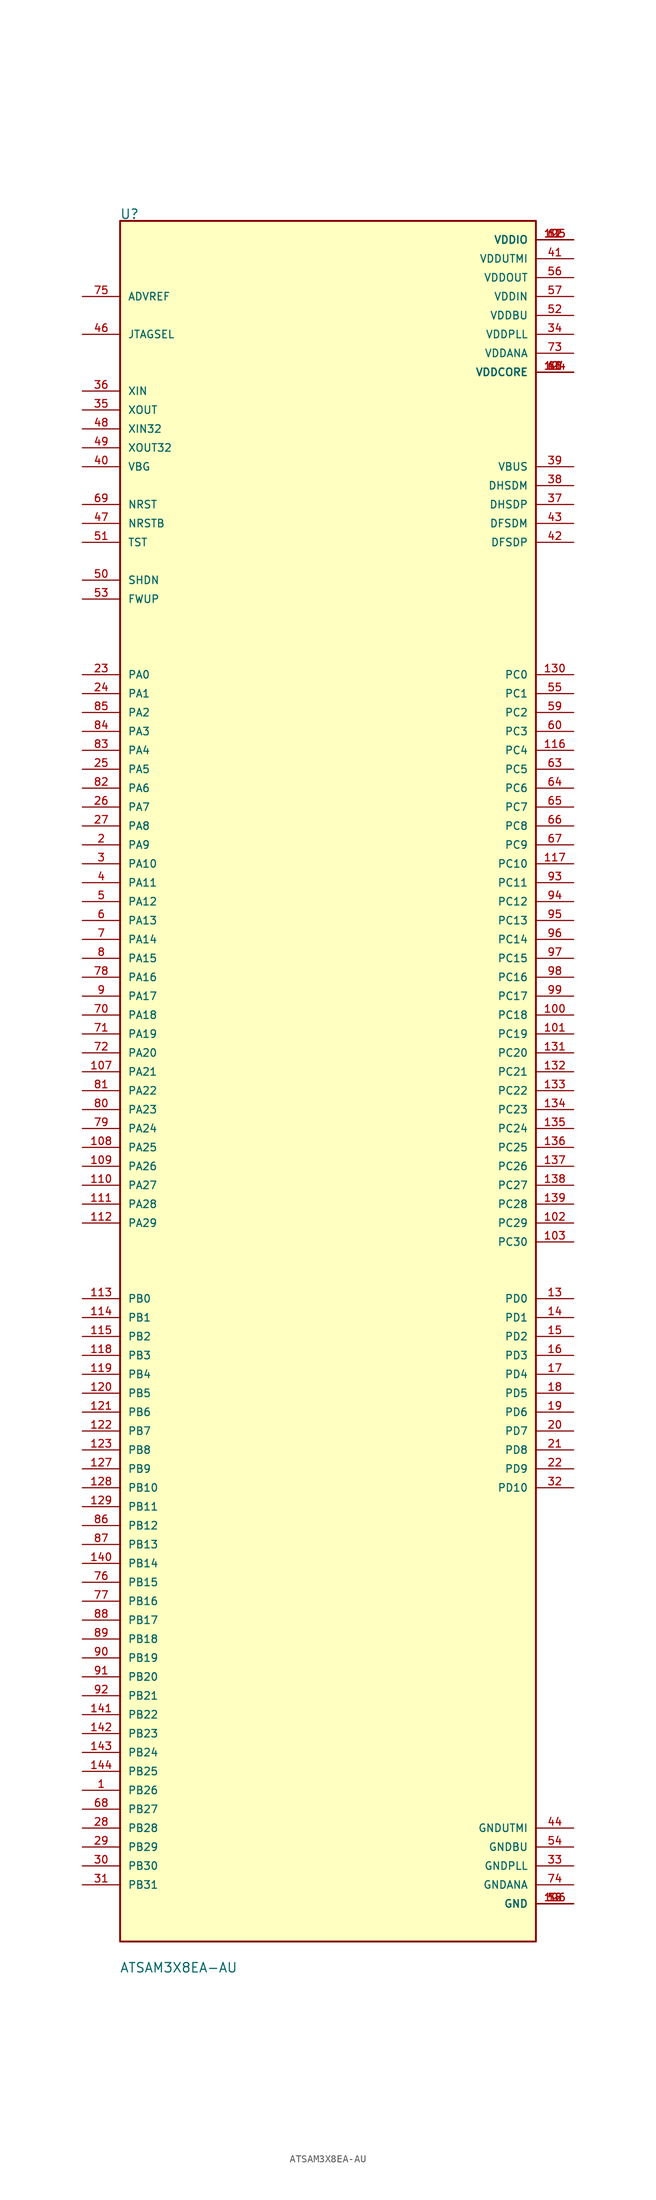
<source format=kicad_sym>
(kicad_symbol_lib
  (version 20211014)
  (generator kicad_symbol_editor)
  (symbol "ATSAM3X8EA-AU"
    (pin_names
      (offset 1.016))
    (property "Reference" "U"
      (at -27.98 114.465 0)
      (effects (font (size 1.27 1.27)) (justify bottom left)))
    (property "Value" "ATSAM3X8EA-AU"
      (at -27.994 -119.608 0.0)
      (effects (font (size 1.27 1.27)) (justify top left)))
    (symbol "ATSAM3X8EA-AU_0_0"
      (rectangle (start -27.94 -116.84) (end 27.94 114.3) (stroke (width 0.254)) (fill (type background)))
      (pin bidirectional line (at -33.02 53.34 0) (length 5.08) (name "PA0" (effects (font (size 1.016 1.016)))) (number "23" (effects (font (size 1.016 1.016)))))
      (pin bidirectional line (at -33.02 50.8 0) (length 5.08) (name "PA1" (effects (font (size 1.016 1.016)))) (number "24" (effects (font (size 1.016 1.016)))))
      (pin bidirectional line (at -33.02 48.26 0) (length 5.08) (name "PA2" (effects (font (size 1.016 1.016)))) (number "85" (effects (font (size 1.016 1.016)))))
      (pin bidirectional line (at -33.02 45.72 0) (length 5.08) (name "PA3" (effects (font (size 1.016 1.016)))) (number "84" (effects (font (size 1.016 1.016)))))
      (pin bidirectional line (at -33.02 43.18 0) (length 5.08) (name "PA4" (effects (font (size 1.016 1.016)))) (number "83" (effects (font (size 1.016 1.016)))))
      (pin bidirectional line (at -33.02 40.64 0) (length 5.08) (name "PA5" (effects (font (size 1.016 1.016)))) (number "25" (effects (font (size 1.016 1.016)))))
      (pin bidirectional line (at -33.02 38.1 0) (length 5.08) (name "PA6" (effects (font (size 1.016 1.016)))) (number "82" (effects (font (size 1.016 1.016)))))
      (pin bidirectional line (at -33.02 35.56 0) (length 5.08) (name "PA7" (effects (font (size 1.016 1.016)))) (number "26" (effects (font (size 1.016 1.016)))))
      (pin bidirectional line (at -33.02 33.02 0) (length 5.08) (name "PA8" (effects (font (size 1.016 1.016)))) (number "27" (effects (font (size 1.016 1.016)))))
      (pin bidirectional line (at -33.02 30.48 0) (length 5.08) (name "PA9" (effects (font (size 1.016 1.016)))) (number "2" (effects (font (size 1.016 1.016)))))
      (pin bidirectional line (at -33.02 27.94 0) (length 5.08) (name "PA10" (effects (font (size 1.016 1.016)))) (number "3" (effects (font (size 1.016 1.016)))))
      (pin bidirectional line (at -33.02 25.4 0) (length 5.08) (name "PA11" (effects (font (size 1.016 1.016)))) (number "4" (effects (font (size 1.016 1.016)))))
      (pin bidirectional line (at -33.02 22.86 0) (length 5.08) (name "PA12" (effects (font (size 1.016 1.016)))) (number "5" (effects (font (size 1.016 1.016)))))
      (pin bidirectional line (at -33.02 20.32 0) (length 5.08) (name "PA13" (effects (font (size 1.016 1.016)))) (number "6" (effects (font (size 1.016 1.016)))))
      (pin bidirectional line (at -33.02 17.78 0) (length 5.08) (name "PA14" (effects (font (size 1.016 1.016)))) (number "7" (effects (font (size 1.016 1.016)))))
      (pin bidirectional line (at -33.02 15.24 0) (length 5.08) (name "PA15" (effects (font (size 1.016 1.016)))) (number "8" (effects (font (size 1.016 1.016)))))
      (pin bidirectional line (at -33.02 12.7 0) (length 5.08) (name "PA16" (effects (font (size 1.016 1.016)))) (number "78" (effects (font (size 1.016 1.016)))))
      (pin bidirectional line (at -33.02 10.16 0) (length 5.08) (name "PA17" (effects (font (size 1.016 1.016)))) (number "9" (effects (font (size 1.016 1.016)))))
      (pin bidirectional line (at -33.02 7.62 0) (length 5.08) (name "PA18" (effects (font (size 1.016 1.016)))) (number "70" (effects (font (size 1.016 1.016)))))
      (pin bidirectional line (at -33.02 5.08 0) (length 5.08) (name "PA19" (effects (font (size 1.016 1.016)))) (number "71" (effects (font (size 1.016 1.016)))))
      (pin bidirectional line (at -33.02 2.54 0) (length 5.08) (name "PA20" (effects (font (size 1.016 1.016)))) (number "72" (effects (font (size 1.016 1.016)))))
      (pin bidirectional line (at -33.02 0.0 0) (length 5.08) (name "PA21" (effects (font (size 1.016 1.016)))) (number "107" (effects (font (size 1.016 1.016)))))
      (pin bidirectional line (at -33.02 -2.54 0) (length 5.08) (name "PA22" (effects (font (size 1.016 1.016)))) (number "81" (effects (font (size 1.016 1.016)))))
      (pin bidirectional line (at -33.02 -5.08 0) (length 5.08) (name "PA23" (effects (font (size 1.016 1.016)))) (number "80" (effects (font (size 1.016 1.016)))))
      (pin bidirectional line (at -33.02 -7.62 0) (length 5.08) (name "PA24" (effects (font (size 1.016 1.016)))) (number "79" (effects (font (size 1.016 1.016)))))
      (pin bidirectional line (at -33.02 -10.16 0) (length 5.08) (name "PA25" (effects (font (size 1.016 1.016)))) (number "108" (effects (font (size 1.016 1.016)))))
      (pin bidirectional line (at -33.02 -12.7 0) (length 5.08) (name "PA26" (effects (font (size 1.016 1.016)))) (number "109" (effects (font (size 1.016 1.016)))))
      (pin bidirectional line (at -33.02 -15.24 0) (length 5.08) (name "PA27" (effects (font (size 1.016 1.016)))) (number "110" (effects (font (size 1.016 1.016)))))
      (pin bidirectional line (at -33.02 -17.78 0) (length 5.08) (name "PA28" (effects (font (size 1.016 1.016)))) (number "111" (effects (font (size 1.016 1.016)))))
      (pin bidirectional line (at -33.02 -20.32 0) (length 5.08) (name "PA29" (effects (font (size 1.016 1.016)))) (number "112" (effects (font (size 1.016 1.016)))))
      (pin bidirectional line (at -33.02 -30.48 0) (length 5.08) (name "PB0" (effects (font (size 1.016 1.016)))) (number "113" (effects (font (size 1.016 1.016)))))
      (pin bidirectional line (at -33.02 -33.02 0) (length 5.08) (name "PB1" (effects (font (size 1.016 1.016)))) (number "114" (effects (font (size 1.016 1.016)))))
      (pin bidirectional line (at -33.02 -35.56 0) (length 5.08) (name "PB2" (effects (font (size 1.016 1.016)))) (number "115" (effects (font (size 1.016 1.016)))))
      (pin bidirectional line (at -33.02 -38.1 0) (length 5.08) (name "PB3" (effects (font (size 1.016 1.016)))) (number "118" (effects (font (size 1.016 1.016)))))
      (pin bidirectional line (at -33.02 -40.64 0) (length 5.08) (name "PB4" (effects (font (size 1.016 1.016)))) (number "119" (effects (font (size 1.016 1.016)))))
      (pin bidirectional line (at -33.02 -43.18 0) (length 5.08) (name "PB5" (effects (font (size 1.016 1.016)))) (number "120" (effects (font (size 1.016 1.016)))))
      (pin bidirectional line (at -33.02 -45.72 0) (length 5.08) (name "PB6" (effects (font (size 1.016 1.016)))) (number "121" (effects (font (size 1.016 1.016)))))
      (pin bidirectional line (at -33.02 -48.26 0) (length 5.08) (name "PB7" (effects (font (size 1.016 1.016)))) (number "122" (effects (font (size 1.016 1.016)))))
      (pin bidirectional line (at -33.02 -50.8 0) (length 5.08) (name "PB8" (effects (font (size 1.016 1.016)))) (number "123" (effects (font (size 1.016 1.016)))))
      (pin bidirectional line (at -33.02 -53.34 0) (length 5.08) (name "PB9" (effects (font (size 1.016 1.016)))) (number "127" (effects (font (size 1.016 1.016)))))
      (pin bidirectional line (at -33.02 -55.88 0) (length 5.08) (name "PB10" (effects (font (size 1.016 1.016)))) (number "128" (effects (font (size 1.016 1.016)))))
      (pin bidirectional line (at -33.02 -58.42 0) (length 5.08) (name "PB11" (effects (font (size 1.016 1.016)))) (number "129" (effects (font (size 1.016 1.016)))))
      (pin bidirectional line (at -33.02 -60.96 0) (length 5.08) (name "PB12" (effects (font (size 1.016 1.016)))) (number "86" (effects (font (size 1.016 1.016)))))
      (pin bidirectional line (at -33.02 -63.5 0) (length 5.08) (name "PB13" (effects (font (size 1.016 1.016)))) (number "87" (effects (font (size 1.016 1.016)))))
      (pin bidirectional line (at -33.02 -66.04 0) (length 5.08) (name "PB14" (effects (font (size 1.016 1.016)))) (number "140" (effects (font (size 1.016 1.016)))))
      (pin bidirectional line (at -33.02 -68.58 0) (length 5.08) (name "PB15" (effects (font (size 1.016 1.016)))) (number "76" (effects (font (size 1.016 1.016)))))
      (pin bidirectional line (at -33.02 -71.12 0) (length 5.08) (name "PB16" (effects (font (size 1.016 1.016)))) (number "77" (effects (font (size 1.016 1.016)))))
      (pin bidirectional line (at -33.02 -73.66 0) (length 5.08) (name "PB17" (effects (font (size 1.016 1.016)))) (number "88" (effects (font (size 1.016 1.016)))))
      (pin bidirectional line (at -33.02 -76.2 0) (length 5.08) (name "PB18" (effects (font (size 1.016 1.016)))) (number "89" (effects (font (size 1.016 1.016)))))
      (pin bidirectional line (at -33.02 -78.74 0) (length 5.08) (name "PB19" (effects (font (size 1.016 1.016)))) (number "90" (effects (font (size 1.016 1.016)))))
      (pin bidirectional line (at -33.02 -81.28 0) (length 5.08) (name "PB20" (effects (font (size 1.016 1.016)))) (number "91" (effects (font (size 1.016 1.016)))))
      (pin bidirectional line (at -33.02 -83.82 0) (length 5.08) (name "PB21" (effects (font (size 1.016 1.016)))) (number "92" (effects (font (size 1.016 1.016)))))
      (pin bidirectional line (at -33.02 -86.36 0) (length 5.08) (name "PB22" (effects (font (size 1.016 1.016)))) (number "141" (effects (font (size 1.016 1.016)))))
      (pin bidirectional line (at -33.02 -88.9 0) (length 5.08) (name "PB23" (effects (font (size 1.016 1.016)))) (number "142" (effects (font (size 1.016 1.016)))))
      (pin bidirectional line (at -33.02 -91.44 0) (length 5.08) (name "PB24" (effects (font (size 1.016 1.016)))) (number "143" (effects (font (size 1.016 1.016)))))
      (pin bidirectional line (at -33.02 -93.98 0) (length 5.08) (name "PB25" (effects (font (size 1.016 1.016)))) (number "144" (effects (font (size 1.016 1.016)))))
      (pin bidirectional line (at -33.02 -96.52 0) (length 5.08) (name "PB26" (effects (font (size 1.016 1.016)))) (number "1" (effects (font (size 1.016 1.016)))))
      (pin bidirectional line (at -33.02 -99.06 0) (length 5.08) (name "PB27" (effects (font (size 1.016 1.016)))) (number "68" (effects (font (size 1.016 1.016)))))
      (pin bidirectional line (at -33.02 -101.6 0) (length 5.08) (name "PB28" (effects (font (size 1.016 1.016)))) (number "28" (effects (font (size 1.016 1.016)))))
      (pin bidirectional line (at -33.02 -104.14 0) (length 5.08) (name "PB29" (effects (font (size 1.016 1.016)))) (number "29" (effects (font (size 1.016 1.016)))))
      (pin bidirectional line (at -33.02 -106.68 0) (length 5.08) (name "PB30" (effects (font (size 1.016 1.016)))) (number "30" (effects (font (size 1.016 1.016)))))
      (pin bidirectional line (at -33.02 -109.22 0) (length 5.08) (name "PB31" (effects (font (size 1.016 1.016)))) (number "31" (effects (font (size 1.016 1.016)))))
      (pin bidirectional line (at 33.02 53.34 180.0) (length 5.08) (name "PC0" (effects (font (size 1.016 1.016)))) (number "130" (effects (font (size 1.016 1.016)))))
      (pin bidirectional line (at 33.02 50.8 180.0) (length 5.08) (name "PC1" (effects (font (size 1.016 1.016)))) (number "55" (effects (font (size 1.016 1.016)))))
      (pin bidirectional line (at 33.02 48.26 180.0) (length 5.08) (name "PC2" (effects (font (size 1.016 1.016)))) (number "59" (effects (font (size 1.016 1.016)))))
      (pin bidirectional line (at 33.02 45.72 180.0) (length 5.08) (name "PC3" (effects (font (size 1.016 1.016)))) (number "60" (effects (font (size 1.016 1.016)))))
      (pin bidirectional line (at 33.02 43.18 180.0) (length 5.08) (name "PC4" (effects (font (size 1.016 1.016)))) (number "116" (effects (font (size 1.016 1.016)))))
      (pin bidirectional line (at 33.02 40.64 180.0) (length 5.08) (name "PC5" (effects (font (size 1.016 1.016)))) (number "63" (effects (font (size 1.016 1.016)))))
      (pin bidirectional line (at 33.02 38.1 180.0) (length 5.08) (name "PC6" (effects (font (size 1.016 1.016)))) (number "64" (effects (font (size 1.016 1.016)))))
      (pin bidirectional line (at 33.02 35.56 180.0) (length 5.08) (name "PC7" (effects (font (size 1.016 1.016)))) (number "65" (effects (font (size 1.016 1.016)))))
      (pin bidirectional line (at 33.02 33.02 180.0) (length 5.08) (name "PC8" (effects (font (size 1.016 1.016)))) (number "66" (effects (font (size 1.016 1.016)))))
      (pin bidirectional line (at 33.02 30.48 180.0) (length 5.08) (name "PC9" (effects (font (size 1.016 1.016)))) (number "67" (effects (font (size 1.016 1.016)))))
      (pin bidirectional line (at 33.02 27.94 180.0) (length 5.08) (name "PC10" (effects (font (size 1.016 1.016)))) (number "117" (effects (font (size 1.016 1.016)))))
      (pin bidirectional line (at 33.02 25.4 180.0) (length 5.08) (name "PC11" (effects (font (size 1.016 1.016)))) (number "93" (effects (font (size 1.016 1.016)))))
      (pin bidirectional line (at 33.02 22.86 180.0) (length 5.08) (name "PC12" (effects (font (size 1.016 1.016)))) (number "94" (effects (font (size 1.016 1.016)))))
      (pin bidirectional line (at 33.02 20.32 180.0) (length 5.08) (name "PC13" (effects (font (size 1.016 1.016)))) (number "95" (effects (font (size 1.016 1.016)))))
      (pin bidirectional line (at 33.02 17.78 180.0) (length 5.08) (name "PC14" (effects (font (size 1.016 1.016)))) (number "96" (effects (font (size 1.016 1.016)))))
      (pin bidirectional line (at 33.02 15.24 180.0) (length 5.08) (name "PC15" (effects (font (size 1.016 1.016)))) (number "97" (effects (font (size 1.016 1.016)))))
      (pin bidirectional line (at 33.02 12.7 180.0) (length 5.08) (name "PC16" (effects (font (size 1.016 1.016)))) (number "98" (effects (font (size 1.016 1.016)))))
      (pin bidirectional line (at 33.02 10.16 180.0) (length 5.08) (name "PC17" (effects (font (size 1.016 1.016)))) (number "99" (effects (font (size 1.016 1.016)))))
      (pin bidirectional line (at 33.02 7.62 180.0) (length 5.08) (name "PC18" (effects (font (size 1.016 1.016)))) (number "100" (effects (font (size 1.016 1.016)))))
      (pin bidirectional line (at 33.02 5.08 180.0) (length 5.08) (name "PC19" (effects (font (size 1.016 1.016)))) (number "101" (effects (font (size 1.016 1.016)))))
      (pin bidirectional line (at 33.02 2.54 180.0) (length 5.08) (name "PC20" (effects (font (size 1.016 1.016)))) (number "131" (effects (font (size 1.016 1.016)))))
      (pin bidirectional line (at 33.02 0.0 180.0) (length 5.08) (name "PC21" (effects (font (size 1.016 1.016)))) (number "132" (effects (font (size 1.016 1.016)))))
      (pin bidirectional line (at 33.02 -2.54 180.0) (length 5.08) (name "PC22" (effects (font (size 1.016 1.016)))) (number "133" (effects (font (size 1.016 1.016)))))
      (pin bidirectional line (at 33.02 -5.08 180.0) (length 5.08) (name "PC23" (effects (font (size 1.016 1.016)))) (number "134" (effects (font (size 1.016 1.016)))))
      (pin bidirectional line (at 33.02 -7.62 180.0) (length 5.08) (name "PC24" (effects (font (size 1.016 1.016)))) (number "135" (effects (font (size 1.016 1.016)))))
      (pin bidirectional line (at 33.02 -10.16 180.0) (length 5.08) (name "PC25" (effects (font (size 1.016 1.016)))) (number "136" (effects (font (size 1.016 1.016)))))
      (pin bidirectional line (at 33.02 -12.7 180.0) (length 5.08) (name "PC26" (effects (font (size 1.016 1.016)))) (number "137" (effects (font (size 1.016 1.016)))))
      (pin bidirectional line (at 33.02 -15.24 180.0) (length 5.08) (name "PC27" (effects (font (size 1.016 1.016)))) (number "138" (effects (font (size 1.016 1.016)))))
      (pin bidirectional line (at 33.02 -17.78 180.0) (length 5.08) (name "PC28" (effects (font (size 1.016 1.016)))) (number "139" (effects (font (size 1.016 1.016)))))
      (pin bidirectional line (at 33.02 -20.32 180.0) (length 5.08) (name "PC29" (effects (font (size 1.016 1.016)))) (number "102" (effects (font (size 1.016 1.016)))))
      (pin bidirectional line (at 33.02 -22.86 180.0) (length 5.08) (name "PC30" (effects (font (size 1.016 1.016)))) (number "103" (effects (font (size 1.016 1.016)))))
      (pin bidirectional line (at 33.02 -30.48 180.0) (length 5.08) (name "PD0" (effects (font (size 1.016 1.016)))) (number "13" (effects (font (size 1.016 1.016)))))
      (pin bidirectional line (at 33.02 -33.02 180.0) (length 5.08) (name "PD1" (effects (font (size 1.016 1.016)))) (number "14" (effects (font (size 1.016 1.016)))))
      (pin bidirectional line (at 33.02 -35.56 180.0) (length 5.08) (name "PD2" (effects (font (size 1.016 1.016)))) (number "15" (effects (font (size 1.016 1.016)))))
      (pin bidirectional line (at 33.02 -38.1 180.0) (length 5.08) (name "PD3" (effects (font (size 1.016 1.016)))) (number "16" (effects (font (size 1.016 1.016)))))
      (pin bidirectional line (at 33.02 -40.64 180.0) (length 5.08) (name "PD4" (effects (font (size 1.016 1.016)))) (number "17" (effects (font (size 1.016 1.016)))))
      (pin bidirectional line (at 33.02 -43.18 180.0) (length 5.08) (name "PD5" (effects (font (size 1.016 1.016)))) (number "18" (effects (font (size 1.016 1.016)))))
      (pin bidirectional line (at 33.02 -45.72 180.0) (length 5.08) (name "PD6" (effects (font (size 1.016 1.016)))) (number "19" (effects (font (size 1.016 1.016)))))
      (pin bidirectional line (at 33.02 -48.26 180.0) (length 5.08) (name "PD7" (effects (font (size 1.016 1.016)))) (number "20" (effects (font (size 1.016 1.016)))))
      (pin bidirectional line (at 33.02 -50.8 180.0) (length 5.08) (name "PD8" (effects (font (size 1.016 1.016)))) (number "21" (effects (font (size 1.016 1.016)))))
      (pin bidirectional line (at 33.02 -53.34 180.0) (length 5.08) (name "PD9" (effects (font (size 1.016 1.016)))) (number "22" (effects (font (size 1.016 1.016)))))
      (pin power_in line (at 33.02 93.98 180.0) (length 5.08) (name "VDDCORE" (effects (font (size 1.016 1.016)))) (number "10" (effects (font (size 1.016 1.016)))))
      (pin power_in line (at 33.02 93.98 180.0) (length 5.08) (name "VDDCORE" (effects (font (size 1.016 1.016)))) (number "45" (effects (font (size 1.016 1.016)))))
      (pin power_in line (at 33.02 93.98 180.0) (length 5.08) (name "VDDCORE" (effects (font (size 1.016 1.016)))) (number "61" (effects (font (size 1.016 1.016)))))
      (pin power_in line (at 33.02 93.98 180.0) (length 5.08) (name "VDDCORE" (effects (font (size 1.016 1.016)))) (number "104" (effects (font (size 1.016 1.016)))))
      (pin power_in line (at 33.02 93.98 180.0) (length 5.08) (name "VDDCORE" (effects (font (size 1.016 1.016)))) (number "124" (effects (font (size 1.016 1.016)))))
      (pin power_in line (at 33.02 111.76 180.0) (length 5.08) (name "VDDIO" (effects (font (size 1.016 1.016)))) (number "11" (effects (font (size 1.016 1.016)))))
      (pin power_in line (at 33.02 111.76 180.0) (length 5.08) (name "VDDIO" (effects (font (size 1.016 1.016)))) (number "62" (effects (font (size 1.016 1.016)))))
      (pin power_in line (at 33.02 111.76 180.0) (length 5.08) (name "VDDIO" (effects (font (size 1.016 1.016)))) (number "105" (effects (font (size 1.016 1.016)))))
      (pin power_in line (at 33.02 111.76 180.0) (length 5.08) (name "VDDIO" (effects (font (size 1.016 1.016)))) (number "125" (effects (font (size 1.016 1.016)))))
      (pin power_in line (at 33.02 -111.76 180.0) (length 5.08) (name "GND" (effects (font (size 1.016 1.016)))) (number "12" (effects (font (size 1.016 1.016)))))
      (pin power_in line (at 33.02 -111.76 180.0) (length 5.08) (name "GND" (effects (font (size 1.016 1.016)))) (number "58" (effects (font (size 1.016 1.016)))))
      (pin power_in line (at 33.02 -111.76 180.0) (length 5.08) (name "GND" (effects (font (size 1.016 1.016)))) (number "106" (effects (font (size 1.016 1.016)))))
      (pin power_in line (at 33.02 -111.76 180.0) (length 5.08) (name "GND" (effects (font (size 1.016 1.016)))) (number "126" (effects (font (size 1.016 1.016)))))
      (pin power_in line (at 33.02 -106.68 180.0) (length 5.08) (name "GNDPLL" (effects (font (size 1.016 1.016)))) (number "33" (effects (font (size 1.016 1.016)))))
      (pin power_in line (at 33.02 99.06 180.0) (length 5.08) (name "VDDPLL" (effects (font (size 1.016 1.016)))) (number "34" (effects (font (size 1.016 1.016)))))
      (pin output line (at -33.02 88.9 0) (length 5.08) (name "XOUT" (effects (font (size 1.016 1.016)))) (number "35" (effects (font (size 1.016 1.016)))))
      (pin input line (at -33.02 91.44 0) (length 5.08) (name "XIN" (effects (font (size 1.016 1.016)))) (number "36" (effects (font (size 1.016 1.016)))))
      (pin bidirectional line (at 33.02 76.2 180.0) (length 5.08) (name "DHSDP" (effects (font (size 1.016 1.016)))) (number "37" (effects (font (size 1.016 1.016)))))
      (pin bidirectional line (at 33.02 78.74 180.0) (length 5.08) (name "DHSDM" (effects (font (size 1.016 1.016)))) (number "38" (effects (font (size 1.016 1.016)))))
      (pin input line (at 33.02 81.28 180.0) (length 5.08) (name "VBUS" (effects (font (size 1.016 1.016)))) (number "39" (effects (font (size 1.016 1.016)))))
      (pin input line (at -33.02 81.28 0) (length 5.08) (name "VBG" (effects (font (size 1.016 1.016)))) (number "40" (effects (font (size 1.016 1.016)))))
      (pin power_in line (at 33.02 109.22 180.0) (length 5.08) (name "VDDUTMI" (effects (font (size 1.016 1.016)))) (number "41" (effects (font (size 1.016 1.016)))))
      (pin bidirectional line (at 33.02 71.12 180.0) (length 5.08) (name "DFSDP" (effects (font (size 1.016 1.016)))) (number "42" (effects (font (size 1.016 1.016)))))
      (pin bidirectional line (at 33.02 73.66 180.0) (length 5.08) (name "DFSDM" (effects (font (size 1.016 1.016)))) (number "43" (effects (font (size 1.016 1.016)))))
      (pin power_in line (at 33.02 -101.6 180.0) (length 5.08) (name "GNDUTMI" (effects (font (size 1.016 1.016)))) (number "44" (effects (font (size 1.016 1.016)))))
      (pin input line (at -33.02 99.06 0) (length 5.08) (name "JTAGSEL" (effects (font (size 1.016 1.016)))) (number "46" (effects (font (size 1.016 1.016)))))
      (pin input line (at -33.02 73.66 0) (length 5.08) (name "NRSTB" (effects (font (size 1.016 1.016)))) (number "47" (effects (font (size 1.016 1.016)))))
      (pin input line (at -33.02 86.36 0) (length 5.08) (name "XIN32" (effects (font (size 1.016 1.016)))) (number "48" (effects (font (size 1.016 1.016)))))
      (pin output line (at -33.02 83.82 0) (length 5.08) (name "XOUT32" (effects (font (size 1.016 1.016)))) (number "49" (effects (font (size 1.016 1.016)))))
      (pin output line (at -33.02 66.04 0) (length 5.08) (name "SHDN" (effects (font (size 1.016 1.016)))) (number "50" (effects (font (size 1.016 1.016)))))
      (pin input line (at -33.02 71.12 0) (length 5.08) (name "TST" (effects (font (size 1.016 1.016)))) (number "51" (effects (font (size 1.016 1.016)))))
      (pin power_in line (at 33.02 101.6 180.0) (length 5.08) (name "VDDBU" (effects (font (size 1.016 1.016)))) (number "52" (effects (font (size 1.016 1.016)))))
      (pin input line (at -33.02 63.5 0) (length 5.08) (name "FWUP" (effects (font (size 1.016 1.016)))) (number "53" (effects (font (size 1.016 1.016)))))
      (pin power_in line (at 33.02 -104.14 180.0) (length 5.08) (name "GNDBU" (effects (font (size 1.016 1.016)))) (number "54" (effects (font (size 1.016 1.016)))))
      (pin power_in line (at 33.02 104.14 180.0) (length 5.08) (name "VDDIN" (effects (font (size 1.016 1.016)))) (number "57" (effects (font (size 1.016 1.016)))))
      (pin power_in line (at 33.02 106.68 180.0) (length 5.08) (name "VDDOUT" (effects (font (size 1.016 1.016)))) (number "56" (effects (font (size 1.016 1.016)))))
      (pin bidirectional line (at -33.02 76.2 0) (length 5.08) (name "NRST" (effects (font (size 1.016 1.016)))) (number "69" (effects (font (size 1.016 1.016)))))
      (pin power_in line (at 33.02 96.52 180.0) (length 5.08) (name "VDDANA" (effects (font (size 1.016 1.016)))) (number "73" (effects (font (size 1.016 1.016)))))
      (pin power_in line (at 33.02 -109.22 180.0) (length 5.08) (name "GNDANA" (effects (font (size 1.016 1.016)))) (number "74" (effects (font (size 1.016 1.016)))))
      (pin input line (at -33.02 104.14 0) (length 5.08) (name "ADVREF" (effects (font (size 1.016 1.016)))) (number "75" (effects (font (size 1.016 1.016)))))
      (pin bidirectional line (at 33.02 -55.88 180.0) (length 5.08) (name "PD10" (effects (font (size 1.016 1.016)))) (number "32" (effects (font (size 1.016 1.016))))))))
</source>
